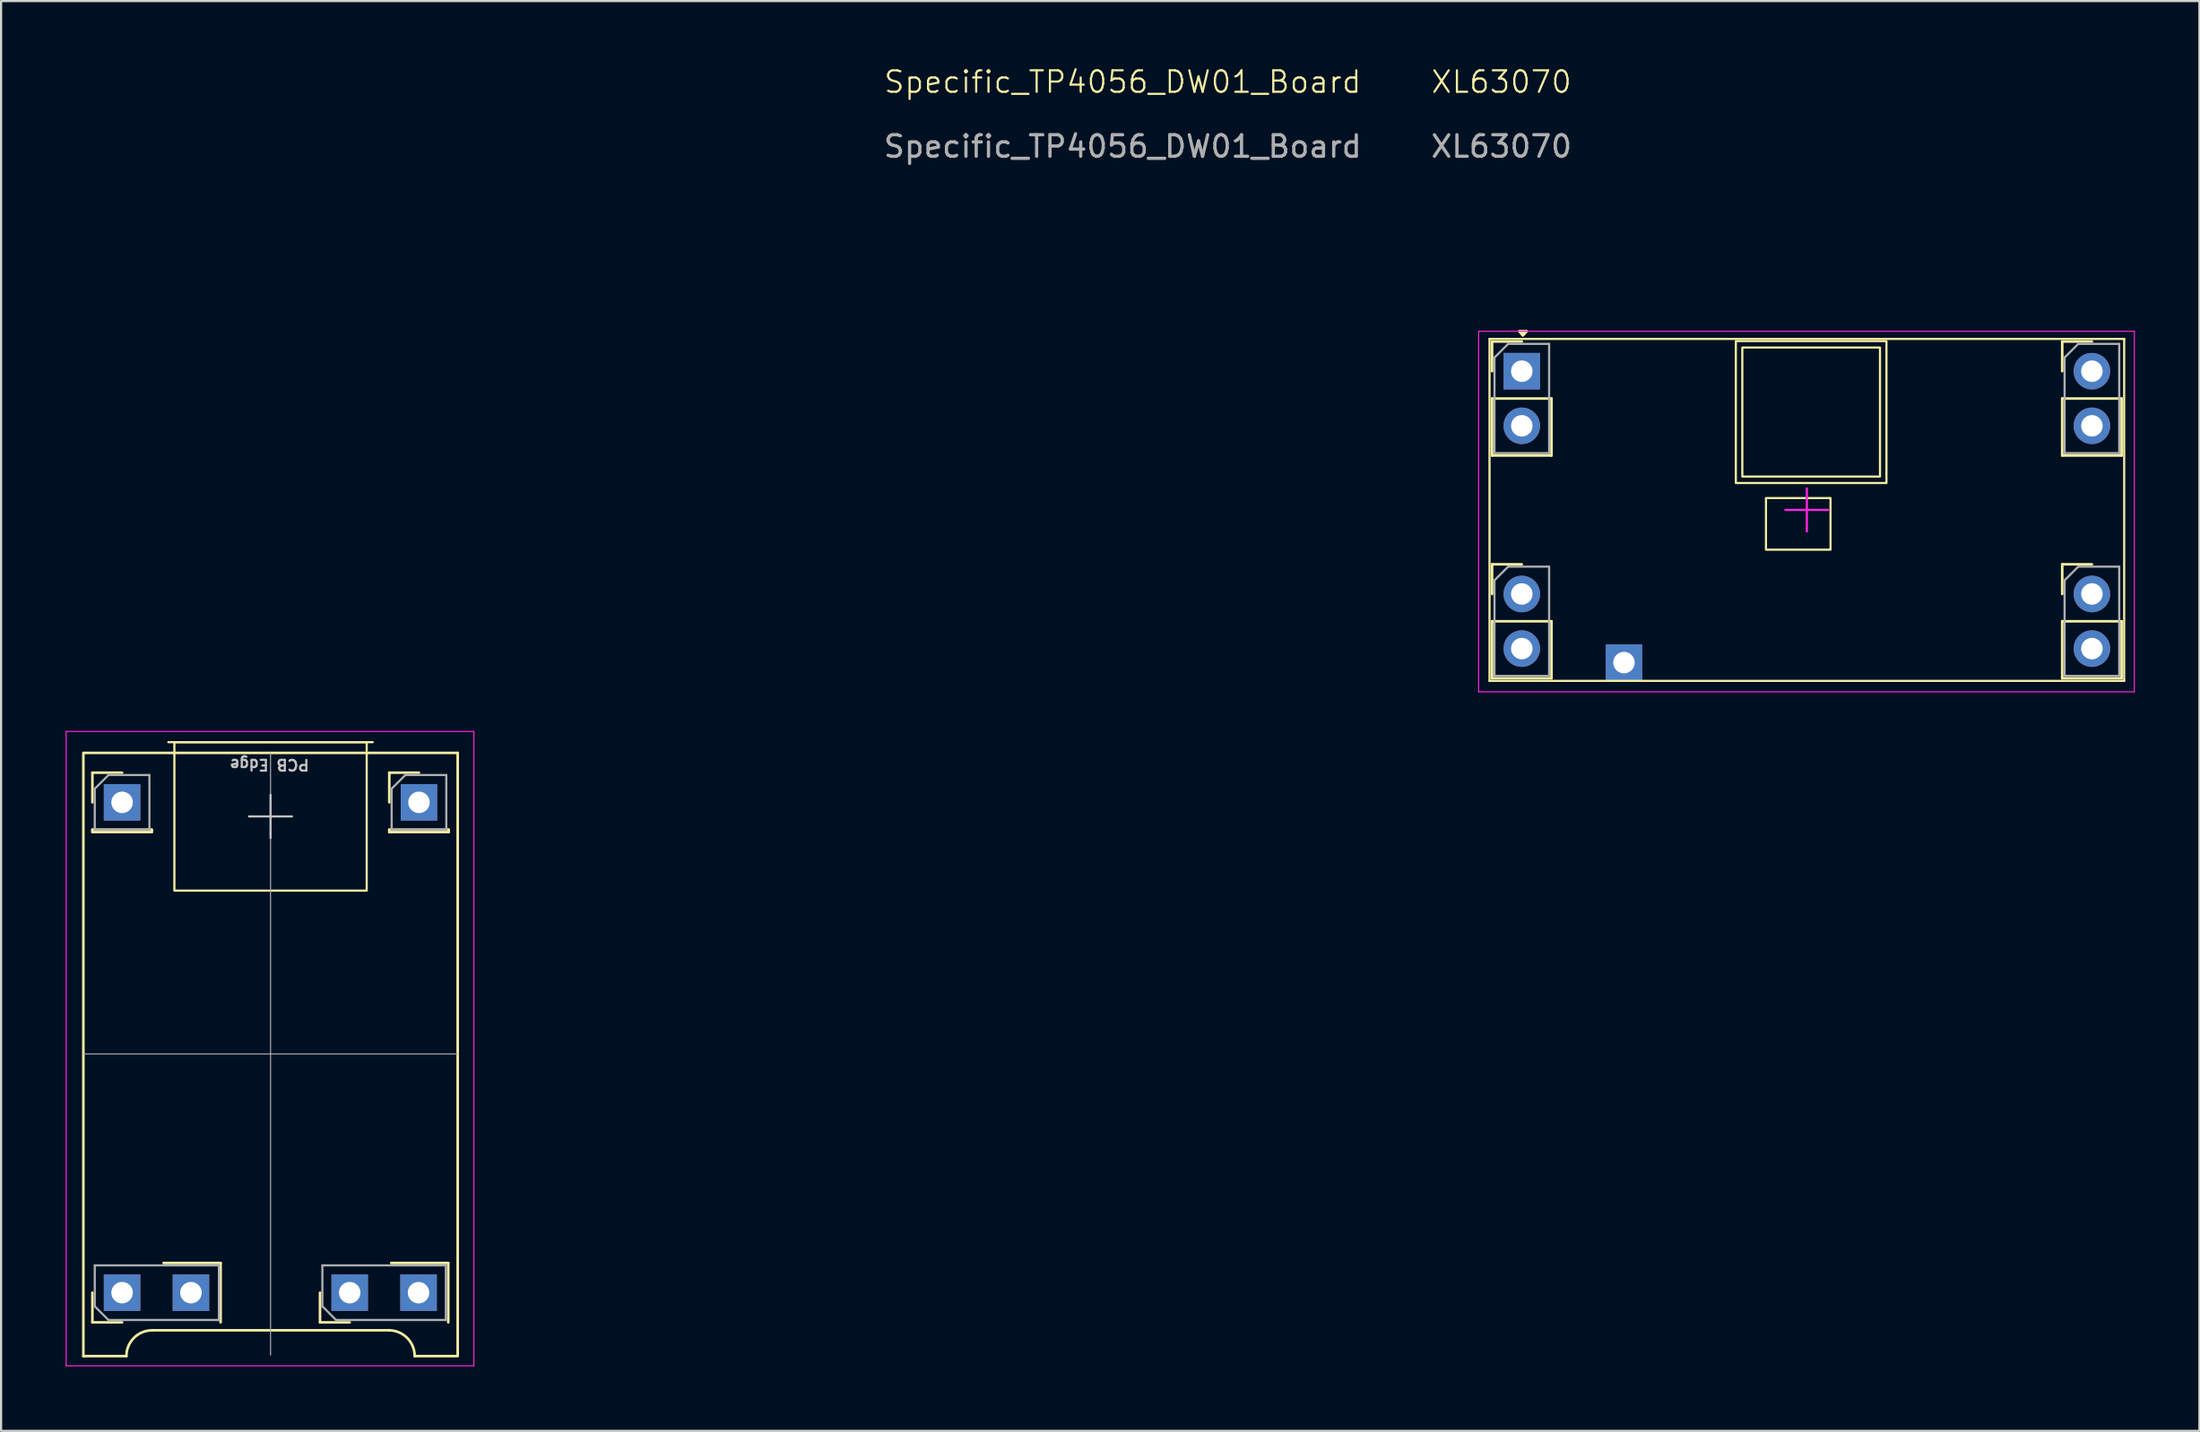
<source format=kicad_pcb>
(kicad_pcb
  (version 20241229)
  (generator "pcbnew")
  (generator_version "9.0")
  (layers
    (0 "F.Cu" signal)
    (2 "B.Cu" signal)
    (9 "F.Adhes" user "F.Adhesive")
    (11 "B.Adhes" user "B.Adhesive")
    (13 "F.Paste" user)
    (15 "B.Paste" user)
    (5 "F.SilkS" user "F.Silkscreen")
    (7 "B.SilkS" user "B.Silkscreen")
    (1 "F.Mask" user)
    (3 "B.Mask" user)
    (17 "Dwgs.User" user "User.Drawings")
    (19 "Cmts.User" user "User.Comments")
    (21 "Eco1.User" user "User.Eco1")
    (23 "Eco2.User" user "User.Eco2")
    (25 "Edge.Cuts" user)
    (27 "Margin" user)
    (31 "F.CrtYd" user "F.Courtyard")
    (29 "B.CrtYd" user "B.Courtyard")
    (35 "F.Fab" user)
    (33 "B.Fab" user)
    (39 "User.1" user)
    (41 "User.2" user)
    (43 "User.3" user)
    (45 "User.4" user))
  (footprint "XL63070"
    (layer "F.Cu")
    (at 80.966 20.651)
    (property "Reference" "XL63070" (at -14.224 -19.89 0) (unlocked yes) (layer "F.SilkS") (effects (font (size 1 1) (thickness 0.1))))
    (attr smd)
    (fp_line (start -14.78 7.96) (end -14.78 -7.94) (stroke (width 0.1) (type solid)) (layer "F.SilkS"))
    (fp_line (start -14.66 -7.82) (end -13.28 -7.82) (stroke (width 0.12) (type solid)) (layer "F.SilkS"))
    (fp_line (start -14.66 -6.44) (end -14.66 -7.82) (stroke (width 0.12) (type solid)) (layer "F.SilkS"))
    (fp_line (start -14.66 -5.17) (end -14.66 -2.52) (stroke (width 0.12) (type solid)) (layer "F.SilkS"))
    (fp_line (start -14.66 -5.17) (end -11.9 -5.17) (stroke (width 0.12) (type solid)) (layer "F.SilkS"))
    (fp_line (start -14.66 -2.52) (end -11.9 -2.52) (stroke (width 0.12) (type solid)) (layer "F.SilkS"))
    (fp_line (start -14.66 2.54) (end -13.28 2.54) (stroke (width 0.12) (type solid)) (layer "F.SilkS"))
    (fp_line (start -14.66 3.92) (end -14.66 2.54) (stroke (width 0.12) (type solid)) (layer "F.SilkS"))
    (fp_line (start -14.66 5.19) (end -14.66 7.84) (stroke (width 0.12) (type solid)) (layer "F.SilkS"))
    (fp_line (start -14.66 5.19) (end -11.9 5.19) (stroke (width 0.12) (type solid)) (layer "F.SilkS"))
    (fp_line (start -14.66 7.84) (end -11.9 7.84) (stroke (width 0.12) (type solid)) (layer "F.SilkS"))
    (fp_line (start -11.9 -5.17) (end -11.9 -2.52) (stroke (width 0.12) (type solid)) (layer "F.SilkS"))
    (fp_line (start -11.9 5.19) (end -11.9 7.84) (stroke (width 0.12) (type solid)) (layer "F.SilkS"))
    (fp_line (start 11.84 -7.82) (end 13.22 -7.82) (stroke (width 0.12) (type solid)) (layer "F.SilkS"))
    (fp_line (start 11.84 -6.44) (end 11.84 -7.82) (stroke (width 0.12) (type solid)) (layer "F.SilkS"))
    (fp_line (start 11.84 -5.17) (end 11.84 -2.52) (stroke (width 0.12) (type solid)) (layer "F.SilkS"))
    (fp_line (start 11.84 -5.17) (end 14.6 -5.17) (stroke (width 0.12) (type solid)) (layer "F.SilkS"))
    (fp_line (start 11.84 -2.52) (end 14.6 -2.52) (stroke (width 0.12) (type solid)) (layer "F.SilkS"))
    (fp_line (start 11.84 2.54) (end 13.22 2.54) (stroke (width 0.12) (type solid)) (layer "F.SilkS"))
    (fp_line (start 11.84 3.92) (end 11.84 2.54) (stroke (width 0.12) (type solid)) (layer "F.SilkS"))
    (fp_line (start 11.84 5.19) (end 11.84 7.84) (stroke (width 0.12) (type solid)) (layer "F.SilkS"))
    (fp_line (start 11.84 5.19) (end 14.6 5.19) (stroke (width 0.12) (type solid)) (layer "F.SilkS"))
    (fp_line (start 11.84 7.84) (end 14.6 7.84) (stroke (width 0.12) (type solid)) (layer "F.SilkS"))
    (fp_line (start 14.6 -5.17) (end 14.6 -2.52) (stroke (width 0.12) (type solid)) (layer "F.SilkS"))
    (fp_line (start 14.6 5.19) (end 14.6 7.84) (stroke (width 0.12) (type solid)) (layer "F.SilkS"))
    (fp_line (start 14.72 -7.94) (end -14.78 -7.94) (stroke (width 0.1) (type solid)) (layer "F.SilkS"))
    (fp_line (start 14.72 7.96) (end -14.78 7.96) (stroke (width 0.1) (type solid)) (layer "F.SilkS"))
    (fp_line (start 14.72 7.96) (end 14.72 -7.94) (stroke (width 0.1) (type solid)) (layer "F.SilkS"))
    (fp_rect (start -3.33 -7.84) (end 3.67 -1.24) (stroke (width 0.1) (type solid)) (fill no) (layer "F.SilkS"))
    (fp_rect (start -3.03 -7.54) (end 3.37 -1.54) (stroke (width 0.1) (type solid)) (fill no) (layer "F.SilkS"))
    (fp_rect (start -1.93 -0.54) (end 1.07 1.86) (stroke (width 0.1) (type solid)) (fill no) (layer "F.SilkS"))
    (fp_poly (pts (xy -13.23 -8.1) (xy -13.4 -8.3) (xy -13.05 -8.3) (xy -13.23 -8.1)) (stroke (width 0.12) (type solid)) (fill yes) (layer "F.SilkS"))
    (fp_line (start -15.288 -8.296) (end -15.288 8.468) (stroke (width 0.05) (type solid)) (layer "F.CrtYd"))
    (fp_line (start -15.288 8.468) (end 15.192 8.468) (stroke (width 0.05) (type solid)) (layer "F.CrtYd"))
    (fp_line (start -0.03 0.01) (end -1.03 0.01) (stroke (width 0.1) (type solid)) (layer "F.CrtYd"))
    (fp_line (start -0.03 0.01) (end -0.03 -0.99) (stroke (width 0.1) (type solid)) (layer "F.CrtYd"))
    (fp_line (start -0.03 0.01) (end -0.03 1.01) (stroke (width 0.1) (type solid)) (layer "F.CrtYd"))
    (fp_line (start -0.03 0.01) (end 0.97 0.01) (stroke (width 0.1) (type solid)) (layer "F.CrtYd"))
    (fp_line (start 15.192 -8.296) (end -15.288 -8.296) (stroke (width 0.05) (type solid)) (layer "F.CrtYd"))
    (fp_line (start 15.192 8.468) (end 15.192 -8.296) (stroke (width 0.05) (type solid)) (layer "F.CrtYd"))
    (fp_line (start -14.55 -7.075) (end -13.915 -7.71) (stroke (width 0.1) (type solid)) (layer "F.Fab"))
    (fp_line (start -14.55 -2.63) (end -14.55 -7.075) (stroke (width 0.1) (type solid)) (layer "F.Fab"))
    (fp_line (start -14.55 3.285) (end -13.915 2.65) (stroke (width 0.1) (type solid)) (layer "F.Fab"))
    (fp_line (start -14.55 7.73) (end -14.55 3.285) (stroke (width 0.1) (type solid)) (layer "F.Fab"))
    (fp_line (start -13.915 -7.71) (end -12.01 -7.71) (stroke (width 0.1) (type solid)) (layer "F.Fab"))
    (fp_line (start -13.915 2.65) (end -12.01 2.65) (stroke (width 0.1) (type solid)) (layer "F.Fab"))
    (fp_line (start -12.01 -7.71) (end -12.01 -2.63) (stroke (width 0.1) (type solid)) (layer "F.Fab"))
    (fp_line (start -12.01 -2.63) (end -14.55 -2.63) (stroke (width 0.1) (type solid)) (layer "F.Fab"))
    (fp_line (start -12.01 2.65) (end -12.01 7.73) (stroke (width 0.1) (type solid)) (layer "F.Fab"))
    (fp_line (start -12.01 7.73) (end -14.55 7.73) (stroke (width 0.1) (type solid)) (layer "F.Fab"))
    (fp_line (start 11.95 -7.075) (end 12.585 -7.71) (stroke (width 0.1) (type solid)) (layer "F.Fab"))
    (fp_line (start 11.95 -2.63) (end 11.95 -7.075) (stroke (width 0.1) (type solid)) (layer "F.Fab"))
    (fp_line (start 11.95 3.285) (end 12.585 2.65) (stroke (width 0.1) (type solid)) (layer "F.Fab"))
    (fp_line (start 11.95 7.73) (end 11.95 3.285) (stroke (width 0.1) (type solid)) (layer "F.Fab"))
    (fp_line (start 12.585 -7.71) (end 14.49 -7.71) (stroke (width 0.1) (type solid)) (layer "F.Fab"))
    (fp_line (start 12.585 2.65) (end 14.49 2.65) (stroke (width 0.1) (type solid)) (layer "F.Fab"))
    (fp_line (start 14.49 -7.71) (end 14.49 -2.63) (stroke (width 0.1) (type solid)) (layer "F.Fab"))
    (fp_line (start 14.49 -2.63) (end 11.95 -2.63) (stroke (width 0.1) (type solid)) (layer "F.Fab"))
    (fp_line (start 14.49 2.65) (end 14.49 7.73) (stroke (width 0.1) (type solid)) (layer "F.Fab"))
    (fp_line (start 14.49 7.73) (end 11.95 7.73) (stroke (width 0.1) (type solid)) (layer "F.Fab"))
    (fp_text user "${REFERENCE}" (at -14.224 -16.89 0) (unlocked yes) (layer "F.Fab") (effects (font (size 1 1) (thickness 0.15))))
    (pad "1" thru_hole rect (at -13.28 -6.44) (size 1.7 1.7) (drill 1) (layers "*.Cu" "*.Mask"))
    (pad "2" thru_hole circle (at -13.28 -3.9) (size 1.7 1.7) (drill 1) (layers "*.Cu" "*.Mask"))
    (pad "3" thru_hole circle (at -13.28 3.92) (size 1.7 1.7) (drill 1) (layers "*.Cu" "*.Mask"))
    (pad "4" thru_hole circle (at -13.28 6.46) (size 1.7 1.7) (drill 1) (layers "*.Cu" "*.Mask"))
    (pad "5" thru_hole rect (at -8.53 7.11) (size 1.7 1.7) (drill 1) (layers "*.Cu" "*.Mask"))
    (pad "6" thru_hole circle (at 13.22 6.46) (size 1.7 1.7) (drill 1) (layers "*.Cu" "*.Mask"))
    (pad "7" thru_hole circle (at 13.22 3.92) (size 1.7 1.7) (drill 1) (layers "*.Cu" "*.Mask"))
    (pad "8" thru_hole circle (at 13.22 -3.9) (size 1.7 1.7) (drill 1) (layers "*.Cu" "*.Mask"))
    (pad "9" thru_hole circle (at 13.22 -6.44) (size 1.7 1.7) (drill 1) (layers "*.Cu" "*.Mask")))
  (footprint "Specific_TP4056_DW01_Board"
    (layer "F.Cu")
    (at 9.525 45.961)
    (property "Reference" "Specific_TP4056_DW01_Board" (at 39.61 -45.2 0) (unlocked yes) (layer "F.SilkS") (effects (font (size 1 1) (thickness 0.1))))
    (attr smd)
    (fp_line (start -8.7 -13.95) (end -8.7 14.05) (stroke (width 0.12) (type solid)) (layer "F.SilkS"))
    (fp_line (start -8.28 -13.08) (end -6.9 -13.08) (stroke (width 0.12) (type solid)) (layer "F.SilkS"))
    (fp_line (start -8.28 -11.7) (end -8.28 -13.08) (stroke (width 0.12) (type solid)) (layer "F.SilkS"))
    (fp_line (start -8.28 -10.43) (end -8.28 -10.32) (stroke (width 0.12) (type solid)) (layer "F.SilkS"))
    (fp_line (start -8.28 -10.43) (end -5.52 -10.43) (stroke (width 0.12) (type solid)) (layer "F.SilkS"))
    (fp_line (start -8.28 -10.32) (end -5.52 -10.32) (stroke (width 0.12) (type solid)) (layer "F.SilkS"))
    (fp_line (start -8.28 12.48) (end -8.28 11.1) (stroke (width 0.12) (type solid)) (layer "F.SilkS"))
    (fp_line (start -6.9 12.48) (end -8.28 12.48) (stroke (width 0.12) (type solid)) (layer "F.SilkS"))
    (fp_line (start -6.7 14.05) (end -8.7 14.05) (stroke (width 0.12) (type solid)) (layer "F.SilkS"))
    (fp_line (start -5.52 -10.43) (end -5.52 -10.32) (stroke (width 0.12) (type solid)) (layer "F.SilkS"))
    (fp_line (start -4.97 9.72) (end -2.32 9.72) (stroke (width 0.12) (type solid)) (layer "F.SilkS"))
    (fp_line (start -2.32 12.48) (end -2.32 9.72) (stroke (width 0.12) (type solid)) (layer "F.SilkS"))
    (fp_line (start 2.3 12.48) (end 2.3 11.1) (stroke (width 0.12) (type solid)) (layer "F.SilkS"))
    (fp_line (start 3.68 12.48) (end 2.3 12.48) (stroke (width 0.12) (type solid)) (layer "F.SilkS"))
    (fp_line (start 4.75 -14.499) (end -4.75 -14.499) (stroke (width 0.1) (type solid)) (layer "F.SilkS"))
    (fp_line (start 5.5 12.85) (end -5.5 12.85) (stroke (width 0.12) (type solid)) (layer "F.SilkS"))
    (fp_line (start 5.52 -13.08) (end 6.9 -13.08) (stroke (width 0.12) (type solid)) (layer "F.SilkS"))
    (fp_line (start 5.52 -11.7) (end 5.52 -13.08) (stroke (width 0.12) (type solid)) (layer "F.SilkS"))
    (fp_line (start 5.52 -10.43) (end 5.52 -10.32) (stroke (width 0.12) (type solid)) (layer "F.SilkS"))
    (fp_line (start 5.52 -10.43) (end 8.28 -10.43) (stroke (width 0.12) (type solid)) (layer "F.SilkS"))
    (fp_line (start 5.52 -10.32) (end 8.28 -10.32) (stroke (width 0.12) (type solid)) (layer "F.SilkS"))
    (fp_line (start 5.61 9.72) (end 8.26 9.72) (stroke (width 0.12) (type solid)) (layer "F.SilkS"))
    (fp_line (start 8.26 12.48) (end 8.26 9.72) (stroke (width 0.12) (type solid)) (layer "F.SilkS"))
    (fp_line (start 8.28 -10.43) (end 8.28 -10.32) (stroke (width 0.12) (type solid)) (layer "F.SilkS"))
    (fp_line (start 8.7 -14) (end -8.7 -14) (stroke (width 0.12) (type solid)) (layer "F.SilkS"))
    (fp_line (start 8.7 -14) (end 8.7 14) (stroke (width 0.12) (type solid)) (layer "F.SilkS"))
    (fp_line (start 8.7 14.05) (end 6.7 14.05) (stroke (width 0.12) (type solid)) (layer "F.SilkS"))
    (fp_rect (start -4.47 -14.499) (end 4.47 -7.595) (stroke (width 0.1) (type solid)) (fill no) (layer "F.SilkS"))
    (fp_arc (start -6.7 14.05) (mid -6.348528 13.201472) (end -5.5 12.85) (stroke (width 0.12) (type solid)) (layer "F.SilkS"))
    (fp_arc (start 5.5 12.85) (mid 6.348528 13.201472) (end 6.7 14.05) (stroke (width 0.12) (type solid)) (layer "F.SilkS"))
    (fp_line (start 0 -11.047) (end -1 -11.047) (stroke (width 0.1) (type solid)) (layer "Dwgs.User"))
    (fp_line (start 0 -11.047) (end 0 -12.047) (stroke (width 0.1) (type solid)) (layer "Dwgs.User"))
    (fp_line (start 0 -11.047) (end 0 -10.047) (stroke (width 0.1) (type solid)) (layer "Dwgs.User"))
    (fp_line (start 0 -11.047) (end 1 -11.047) (stroke (width 0.1) (type solid)) (layer "Dwgs.User"))
    (fp_line (start -9.5 -15) (end -9.5 14.5) (stroke (width 0.05) (type solid)) (layer "F.CrtYd"))
    (fp_line (start 9.45 -15) (end -9.5 -15) (stroke (width 0.05) (type solid)) (layer "F.CrtYd"))
    (fp_line (start 9.45 -15) (end 9.45 14.5) (stroke (width 0.05) (type solid)) (layer "F.CrtYd"))
    (fp_line (start 9.45 14.5) (end -9.5 14.5) (stroke (width 0.05) (type solid)) (layer "F.CrtYd"))
    (fp_line (start -8.17 -12.335) (end -7.535 -12.97) (stroke (width 0.1) (type solid)) (layer "F.Fab"))
    (fp_line (start -8.17 -10.43) (end -8.17 -12.335) (stroke (width 0.1) (type solid)) (layer "F.Fab"))
    (fp_line (start -8.17 9.83) (end -2.4 9.83) (stroke (width 0.1) (type solid)) (layer "F.Fab"))
    (fp_line (start -8.17 11.735) (end -8.17 9.83) (stroke (width 0.1) (type solid)) (layer "F.Fab"))
    (fp_line (start -7.535 -12.97) (end -5.63 -12.97) (stroke (width 0.1) (type solid)) (layer "F.Fab"))
    (fp_line (start -7.535 12.37) (end -8.17 11.735) (stroke (width 0.1) (type solid)) (layer "F.Fab"))
    (fp_line (start -5.63 -12.97) (end -5.63 -10.43) (stroke (width 0.1) (type solid)) (layer "F.Fab"))
    (fp_line (start -5.63 -10.43) (end -8.17 -10.43) (stroke (width 0.1) (type solid)) (layer "F.Fab"))
    (fp_line (start -2.4 9.83) (end -2.4 12.37) (stroke (width 0.1) (type solid)) (layer "F.Fab"))
    (fp_line (start -2.4 12.37) (end -7.535 12.37) (stroke (width 0.1) (type solid)) (layer "F.Fab"))
    (fp_line (start 0 0) (end -8.7 0) (stroke (width 0.05) (type solid)) (layer "F.Fab"))
    (fp_line (start 0 0) (end 0 -14) (stroke (width 0.05) (type solid)) (layer "F.Fab"))
    (fp_line (start 0 0) (end 0 14) (stroke (width 0.05) (type solid)) (layer "F.Fab"))
    (fp_line (start 0 0) (end 8.7 0) (stroke (width 0.05) (type solid)) (layer "F.Fab"))
    (fp_line (start 2.41 9.83) (end 8.15 9.83) (stroke (width 0.1) (type solid)) (layer "F.Fab"))
    (fp_line (start 2.41 11.735) (end 2.41 9.83) (stroke (width 0.1) (type solid)) (layer "F.Fab"))
    (fp_line (start 3.045 12.37) (end 2.41 11.735) (stroke (width 0.1) (type solid)) (layer "F.Fab"))
    (fp_line (start 5.63 -12.335) (end 6.265 -12.97) (stroke (width 0.1) (type solid)) (layer "F.Fab"))
    (fp_line (start 5.63 -10.43) (end 5.63 -12.335) (stroke (width 0.1) (type solid)) (layer "F.Fab"))
    (fp_line (start 6.265 -12.97) (end 8.17 -12.97) (stroke (width 0.1) (type solid)) (layer "F.Fab"))
    (fp_line (start 8.15 9.83) (end 8.15 12.37) (stroke (width 0.1) (type solid)) (layer "F.Fab"))
    (fp_line (start 8.15 12.37) (end 3.045 12.37) (stroke (width 0.1) (type solid)) (layer "F.Fab"))
    (fp_line (start 8.17 -12.97) (end 8.17 -10.43) (stroke (width 0.1) (type solid)) (layer "F.Fab"))
    (fp_line (start 8.17 -10.43) (end 5.63 -10.43) (stroke (width 0.1) (type solid)) (layer "F.Fab"))
    (fp_text user "PCB Edge" (at -0.05 -13.45 180) (unlocked yes) (layer "Dwgs.User") (effects (font (size 0.5 0.5) (thickness 0.1))))
    (fp_text user "${REFERENCE}" (at 39.61 -42.2 0) (unlocked yes) (layer "F.Fab") (effects (font (size 1 1) (thickness 0.15))))
    (pad "1" thru_hole rect (at -6.9 -11.7) (size 1.7 1.7) (drill 1) (layers "*.Cu" "*.Mask"))
    (pad "2" thru_hole rect (at -6.9 11.1 90) (size 1.7 1.7) (drill 1) (layers "*.Cu" "*.Mask"))
    (pad "3" thru_hole rect (at -3.7 11.1 90) (size 1.7 1.7) (drill 1) (layers "*.Cu" "*.Mask"))
    (pad "4" thru_hole rect (at 3.68 11.1 90) (size 1.7 1.7) (drill 1) (layers "*.Cu" "*.Mask"))
    (pad "5" thru_hole rect (at 6.88 11.1 90) (size 1.7 1.7) (drill 1) (layers "*.Cu" "*.Mask"))
    (pad "6" thru_hole rect (at 6.9 -11.7) (size 1.7 1.7) (drill 1) (layers "*.Cu" "*.Mask")))
  (gr_rect
    (start -3 -3)
    (end 99.183 63.486)
    (stroke (width 0.1) (type default))
    (fill no)
    (layer "Edge.Cuts")))
</source>
